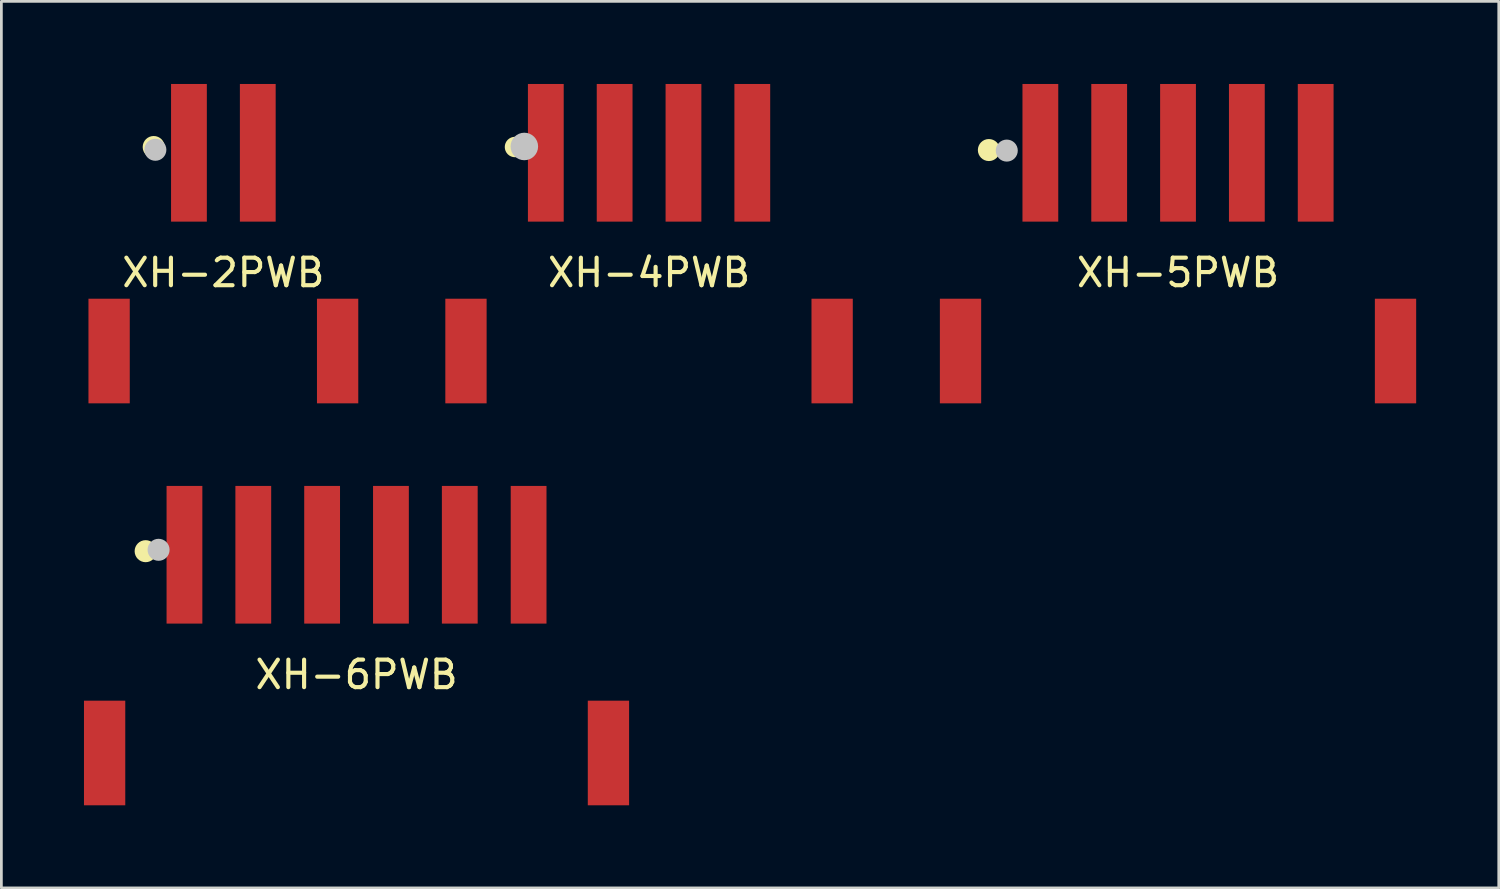
<source format=kicad_pcb>
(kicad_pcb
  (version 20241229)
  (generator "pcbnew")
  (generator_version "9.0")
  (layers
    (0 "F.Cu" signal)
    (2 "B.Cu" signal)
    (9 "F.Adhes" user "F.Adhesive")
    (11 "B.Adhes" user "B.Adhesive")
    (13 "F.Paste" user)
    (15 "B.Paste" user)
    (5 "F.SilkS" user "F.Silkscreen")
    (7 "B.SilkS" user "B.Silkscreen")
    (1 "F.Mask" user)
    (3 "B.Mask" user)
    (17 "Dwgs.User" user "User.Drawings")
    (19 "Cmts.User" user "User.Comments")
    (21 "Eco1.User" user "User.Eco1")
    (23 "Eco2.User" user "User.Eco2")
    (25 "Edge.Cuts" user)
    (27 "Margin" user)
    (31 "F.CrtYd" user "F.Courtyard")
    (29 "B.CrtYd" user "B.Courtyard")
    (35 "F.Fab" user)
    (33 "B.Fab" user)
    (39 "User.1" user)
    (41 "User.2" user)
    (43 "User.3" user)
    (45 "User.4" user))
  (footprint "XH-2PWB"
    (layer "F.Cu")
    (at 5.063 6.1)
    (property "Reference" "XH-2PWB" (at 0 0.754 0) (layer "F.SilkS") (effects (font (size 1 1) (thickness 0.15))))
    (attr smd)
    (fp_circle (center -2.53 -3.81) (end -2.33 -3.81) (stroke (width 0.4) (type solid)) (fill no) (layer "F.SilkS"))
    (fp_circle (center -2.47 -3.71) (end -2.27 -3.71) (stroke (width 0.4) (type solid)) (fill no) (layer "Dwgs.User"))
    (fp_poly (pts (xy -4.3 2.21) (xy -4 2.21) (xy -4 5.21) (xy -4.3 5.21)) (stroke (width 0.005) (type solid)) (fill no) (layer "Eco2.User"))
    (fp_poly (pts (xy -1.56 -5.4) (xy -0.94 -5.4) (xy -0.94 -2.4) (xy -1.56 -2.4)) (stroke (width 0.005) (type solid)) (fill no) (layer "Eco2.User"))
    (fp_poly (pts (xy 0.94 -5.4) (xy 1.56 -5.4) (xy 1.56 -2.4) (xy 0.94 -2.4)) (stroke (width 0.005) (type solid)) (fill no) (layer "Eco2.User"))
    (fp_poly (pts (xy 4 2.21) (xy 4.3 2.21) (xy 4.3 5.21) (xy 4 5.21)) (stroke (width 0.005) (type solid)) (fill no) (layer "Eco2.User"))
    (fp_poly (pts (xy -4.94 -5.4) (xy -4.941 -5.412) (xy -4.945 -5.423) (xy -4.95 -5.433) (xy -4.958 -5.442) (xy -4.967 -5.45) (xy -4.977 -5.455) (xy -4.988 -5.459) (xy -5 -5.46) (xy -5.012 -5.459) (xy -5.023 -5.455) (xy -5.033 -5.45) (xy -5.042 -5.442) (xy -5.05 -5.433) (xy -5.055 -5.423) (xy -5.059 -5.412) (xy -5.06 -5.4) (xy -5.059 -5.388) (xy -5.055 -5.377) (xy -5.05 -5.367) (xy -5.042 -5.358) (xy -5.033 -5.35) (xy -5.023 -5.345) (xy -5.012 -5.341) (xy -5 -5.34) (xy -4.988 -5.341) (xy -4.977 -5.345) (xy -4.967 -5.35) (xy -4.958 -5.358) (xy -4.95 -5.367) (xy -4.945 -5.377) (xy -4.941 -5.388)) (stroke (width 0.005) (type solid)) (fill no) (layer "Eco2.User"))
    (pad "1" smd rect (at -1.25 -3.6) (size 1.3 5) (layers "F.Cu" "F.Mask" "F.Paste"))
    (pad "2" smd rect (at 1.25 -3.6) (size 1.3 5) (layers "F.Cu" "F.Mask" "F.Paste"))
    (pad "3" smd rect (at -4.15 3.6) (size 1.5 3.8) (layers "F.Cu" "F.Mask" "F.Paste"))
    (pad "4" smd rect (at 4.15 3.6) (size 1.5 3.8) (layers "F.Cu" "F.Mask" "F.Paste")))
  (footprint "XH-4PWB"
    (layer "F.Cu")
    (at 20.525 6.1)
    (property "Reference" "XH-4PWB" (at 0 0.754 0) (layer "F.SilkS") (effects (font (size 1 1) (thickness 0.15))))
    (attr smd)
    (fp_circle (center -4.87 -3.81) (end -4.626 -3.81) (stroke (width 0.254) (type solid)) (fill no) (layer "F.SilkS"))
    (fp_circle (center -4.53 -3.83) (end -4.28 -3.83) (stroke (width 0.5) (type solid)) (fill no) (layer "Dwgs.User"))
    (fp_poly (pts (xy -6.85 2.22) (xy -6.45 2.22) (xy -6.45 5.22) (xy -6.85 5.22)) (stroke (width 0.005) (type solid)) (fill no) (layer "Eco2.User"))
    (fp_poly (pts (xy -4.07 -5.42) (xy -3.43 -5.42) (xy -3.43 -2.42) (xy -4.07 -2.42)) (stroke (width 0.005) (type solid)) (fill no) (layer "Eco2.User"))
    (fp_poly (pts (xy -1.57 -5.42) (xy -0.93 -5.42) (xy -0.93 -2.42) (xy -1.57 -2.42)) (stroke (width 0.005) (type solid)) (fill no) (layer "Eco2.User"))
    (fp_poly (pts (xy 0.93 -5.42) (xy 1.57 -5.42) (xy 1.57 -2.42) (xy 0.93 -2.42)) (stroke (width 0.005) (type solid)) (fill no) (layer "Eco2.User"))
    (fp_poly (pts (xy 3.43 -5.42) (xy 4.07 -5.42) (xy 4.07 -2.42) (xy 3.43 -2.42)) (stroke (width 0.005) (type solid)) (fill no) (layer "Eco2.User"))
    (fp_poly (pts (xy 6.45 2.22) (xy 6.85 2.22) (xy 6.85 5.22) (xy 6.45 5.22)) (stroke (width 0.005) (type solid)) (fill no) (layer "Eco2.User"))
    (fp_poly (pts (xy -7.44 -5.42) (xy -7.441 -5.432) (xy -7.445 -5.443) (xy -7.45 -5.453) (xy -7.458 -5.462) (xy -7.467 -5.47) (xy -7.477 -5.475) (xy -7.488 -5.479) (xy -7.5 -5.48) (xy -7.512 -5.479) (xy -7.523 -5.475) (xy -7.533 -5.47) (xy -7.543 -5.462) (xy -7.55 -5.453) (xy -7.556 -5.443) (xy -7.559 -5.432) (xy -7.56 -5.42) (xy -7.559 -5.408) (xy -7.556 -5.397) (xy -7.55 -5.386) (xy -7.543 -5.377) (xy -7.533 -5.37) (xy -7.523 -5.364) (xy -7.512 -5.361) (xy -7.5 -5.36) (xy -7.488 -5.361) (xy -7.477 -5.364) (xy -7.467 -5.37) (xy -7.458 -5.377) (xy -7.45 -5.386) (xy -7.445 -5.397) (xy -7.441 -5.408)) (stroke (width 0.005) (type solid)) (fill no) (layer "Eco2.User"))
    (pad "1" smd rect (at -3.75 -3.6) (size 1.3 5) (layers "F.Cu" "F.Mask" "F.Paste"))
    (pad "2" smd rect (at -1.25 -3.6) (size 1.3 5) (layers "F.Cu" "F.Mask" "F.Paste"))
    (pad "3" smd rect (at 1.25 -3.6) (size 1.3 5) (layers "F.Cu" "F.Mask" "F.Paste"))
    (pad "4" smd rect (at 3.75 -3.6) (size 1.3 5) (layers "F.Cu" "F.Mask" "F.Paste"))
    (pad "5" smd rect (at -6.65 3.6) (size 1.5 3.8) (layers "F.Cu" "F.Mask" "F.Paste"))
    (pad "6" smd rect (at 6.65 3.6) (size 1.5 3.8) (layers "F.Cu" "F.Mask" "F.Paste")))
  (footprint "XH-5PWB"
    (layer "F.Cu")
    (at 39.738 6.1)
    (property "Reference" "XH-5PWB" (at 0 0.754 0) (layer "F.SilkS") (effects (font (size 1 1) (thickness 0.15))))
    (attr smd)
    (fp_circle (center -6.87 -3.7) (end -6.67 -3.7) (stroke (width 0.4) (type solid)) (fill no) (layer "F.SilkS"))
    (fp_circle (center -6.22 -3.68) (end -6.02 -3.68) (stroke (width 0.4) (type solid)) (fill no) (layer "Dwgs.User"))
    (fp_poly (pts (xy -8.05 2.22) (xy -7.75 2.22) (xy -7.75 5.22) (xy -8.05 5.22)) (stroke (width 0.005) (type solid)) (fill no) (layer "Eco2.User"))
    (fp_poly (pts (xy -5.31 -5.43) (xy -4.69 -5.43) (xy -4.69 -2.43) (xy -5.31 -2.43)) (stroke (width 0.005) (type solid)) (fill no) (layer "Eco2.User"))
    (fp_poly (pts (xy -2.81 -5.43) (xy -2.19 -5.43) (xy -2.19 -2.43) (xy -2.81 -2.43)) (stroke (width 0.005) (type solid)) (fill no) (layer "Eco2.User"))
    (fp_poly (pts (xy -0.31 -5.43) (xy 0.31 -5.43) (xy 0.31 -2.43) (xy -0.31 -2.43)) (stroke (width 0.005) (type solid)) (fill no) (layer "Eco2.User"))
    (fp_poly (pts (xy 2.19 -5.43) (xy 2.81 -5.43) (xy 2.81 -2.43) (xy 2.19 -2.43)) (stroke (width 0.005) (type solid)) (fill no) (layer "Eco2.User"))
    (fp_poly (pts (xy 4.69 -5.43) (xy 5.31 -5.43) (xy 5.31 -2.43) (xy 4.69 -2.43)) (stroke (width 0.005) (type solid)) (fill no) (layer "Eco2.User"))
    (fp_poly (pts (xy 7.75 2.22) (xy 8.05 2.22) (xy 8.05 5.22) (xy 7.75 5.22)) (stroke (width 0.005) (type solid)) (fill no) (layer "Eco2.User"))
    (fp_poly (pts (xy -8.69 -5.43) (xy -8.691 -5.442) (xy -8.694 -5.453) (xy -8.7 -5.463) (xy -8.707 -5.473) (xy -8.717 -5.48) (xy -8.727 -5.486) (xy -8.738 -5.489) (xy -8.75 -5.49) (xy -8.762 -5.489) (xy -8.773 -5.486) (xy -8.783 -5.48) (xy -8.792 -5.473) (xy -8.8 -5.463) (xy -8.805 -5.453) (xy -8.809 -5.442) (xy -8.81 -5.43) (xy -8.809 -5.418) (xy -8.805 -5.407) (xy -8.8 -5.397) (xy -8.792 -5.388) (xy -8.783 -5.38) (xy -8.773 -5.375) (xy -8.762 -5.371) (xy -8.75 -5.37) (xy -8.738 -5.371) (xy -8.727 -5.375) (xy -8.717 -5.38) (xy -8.707 -5.388) (xy -8.7 -5.397) (xy -8.694 -5.407) (xy -8.691 -5.418)) (stroke (width 0.005) (type solid)) (fill no) (layer "Eco2.User"))
    (pad "1" smd rect (at -5 -3.6) (size 1.3 5) (layers "F.Cu" "F.Mask" "F.Paste"))
    (pad "2" smd rect (at -2.5 -3.6) (size 1.3 5) (layers "F.Cu" "F.Mask" "F.Paste"))
    (pad "3" smd rect (at 0 -3.6) (size 1.3 5) (layers "F.Cu" "F.Mask" "F.Paste"))
    (pad "4" smd rect (at 2.5 -3.6) (size 1.3 5) (layers "F.Cu" "F.Mask" "F.Paste"))
    (pad "5" smd rect (at 5 -3.6) (size 1.3 5) (layers "F.Cu" "F.Mask" "F.Paste"))
    (pad "6" smd rect (at -7.9 3.6) (size 1.5 3.8) (layers "F.Cu" "F.Mask" "F.Paste"))
    (pad "7" smd rect (at 7.9 3.6) (size 1.5 3.8) (layers "F.Cu" "F.Mask" "F.Paste")))
  (footprint "XH-6PWB"
    (layer "F.Cu")
    (at 9.9 20.7)
    (property "Reference" "XH-6PWB" (at 0 0.754 0) (layer "F.SilkS") (effects (font (size 1 1) (thickness 0.15))))
    (attr smd)
    (fp_circle (center -7.66 -3.73) (end -7.46 -3.73) (stroke (width 0.4) (type solid)) (fill no) (layer "F.SilkS"))
    (fp_circle (center -7.19 -3.78) (end -6.99 -3.78) (stroke (width 0.4) (type solid)) (fill no) (layer "Dwgs.User"))
    (fp_poly (pts (xy -9.3 2.22) (xy -9 2.22) (xy -9 5.22) (xy -9.3 5.22)) (stroke (width 0.005) (type solid)) (fill no) (layer "Eco2.User"))
    (fp_poly (pts (xy -6.56 -5.43) (xy -5.94 -5.43) (xy -5.94 -2.43) (xy -6.56 -2.43)) (stroke (width 0.005) (type solid)) (fill no) (layer "Eco2.User"))
    (fp_poly (pts (xy -4.06 -5.43) (xy -3.44 -5.43) (xy -3.44 -2.43) (xy -4.06 -2.43)) (stroke (width 0.005) (type solid)) (fill no) (layer "Eco2.User"))
    (fp_poly (pts (xy -1.56 -5.43) (xy -0.94 -5.43) (xy -0.94 -2.43) (xy -1.56 -2.43)) (stroke (width 0.005) (type solid)) (fill no) (layer "Eco2.User"))
    (fp_poly (pts (xy 0.94 -5.43) (xy 1.56 -5.43) (xy 1.56 -2.43) (xy 0.94 -2.43)) (stroke (width 0.005) (type solid)) (fill no) (layer "Eco2.User"))
    (fp_poly (pts (xy 3.44 -5.43) (xy 4.06 -5.43) (xy 4.06 -2.43) (xy 3.44 -2.43)) (stroke (width 0.005) (type solid)) (fill no) (layer "Eco2.User"))
    (fp_poly (pts (xy 5.94 -5.43) (xy 6.56 -5.43) (xy 6.56 -2.43) (xy 5.94 -2.43)) (stroke (width 0.005) (type solid)) (fill no) (layer "Eco2.User"))
    (fp_poly (pts (xy 9 2.22) (xy 9.3 2.22) (xy 9.3 5.22) (xy 9 5.22)) (stroke (width 0.005) (type solid)) (fill no) (layer "Eco2.User"))
    (pad "1" smd rect (at -6.25 -3.6) (size 1.3 5) (layers "F.Cu" "F.Mask" "F.Paste"))
    (pad "2" smd rect (at -3.75 -3.6) (size 1.3 5) (layers "F.Cu" "F.Mask" "F.Paste"))
    (pad "3" smd rect (at -1.25 -3.6) (size 1.3 5) (layers "F.Cu" "F.Mask" "F.Paste"))
    (pad "4" smd rect (at 1.25 -3.6) (size 1.3 5) (layers "F.Cu" "F.Mask" "F.Paste"))
    (pad "5" smd rect (at 3.75 -3.6) (size 1.3 5) (layers "F.Cu" "F.Mask" "F.Paste"))
    (pad "6" smd rect (at 6.25 -3.6) (size 1.3 5) (layers "F.Cu" "F.Mask" "F.Paste"))
    (pad "7" smd rect (at -9.15 3.6) (size 1.5 3.8) (layers "F.Cu" "F.Mask" "F.Paste"))
    (pad "8" smd rect (at 9.15 3.6) (size 1.5 3.8) (layers "F.Cu" "F.Mask" "F.Paste")))
  (gr_rect
    (start -3 -3)
    (end 51.388 29.2)
    (stroke (width 0.1) (type default))
    (fill no)
    (layer "Edge.Cuts")))
</source>
